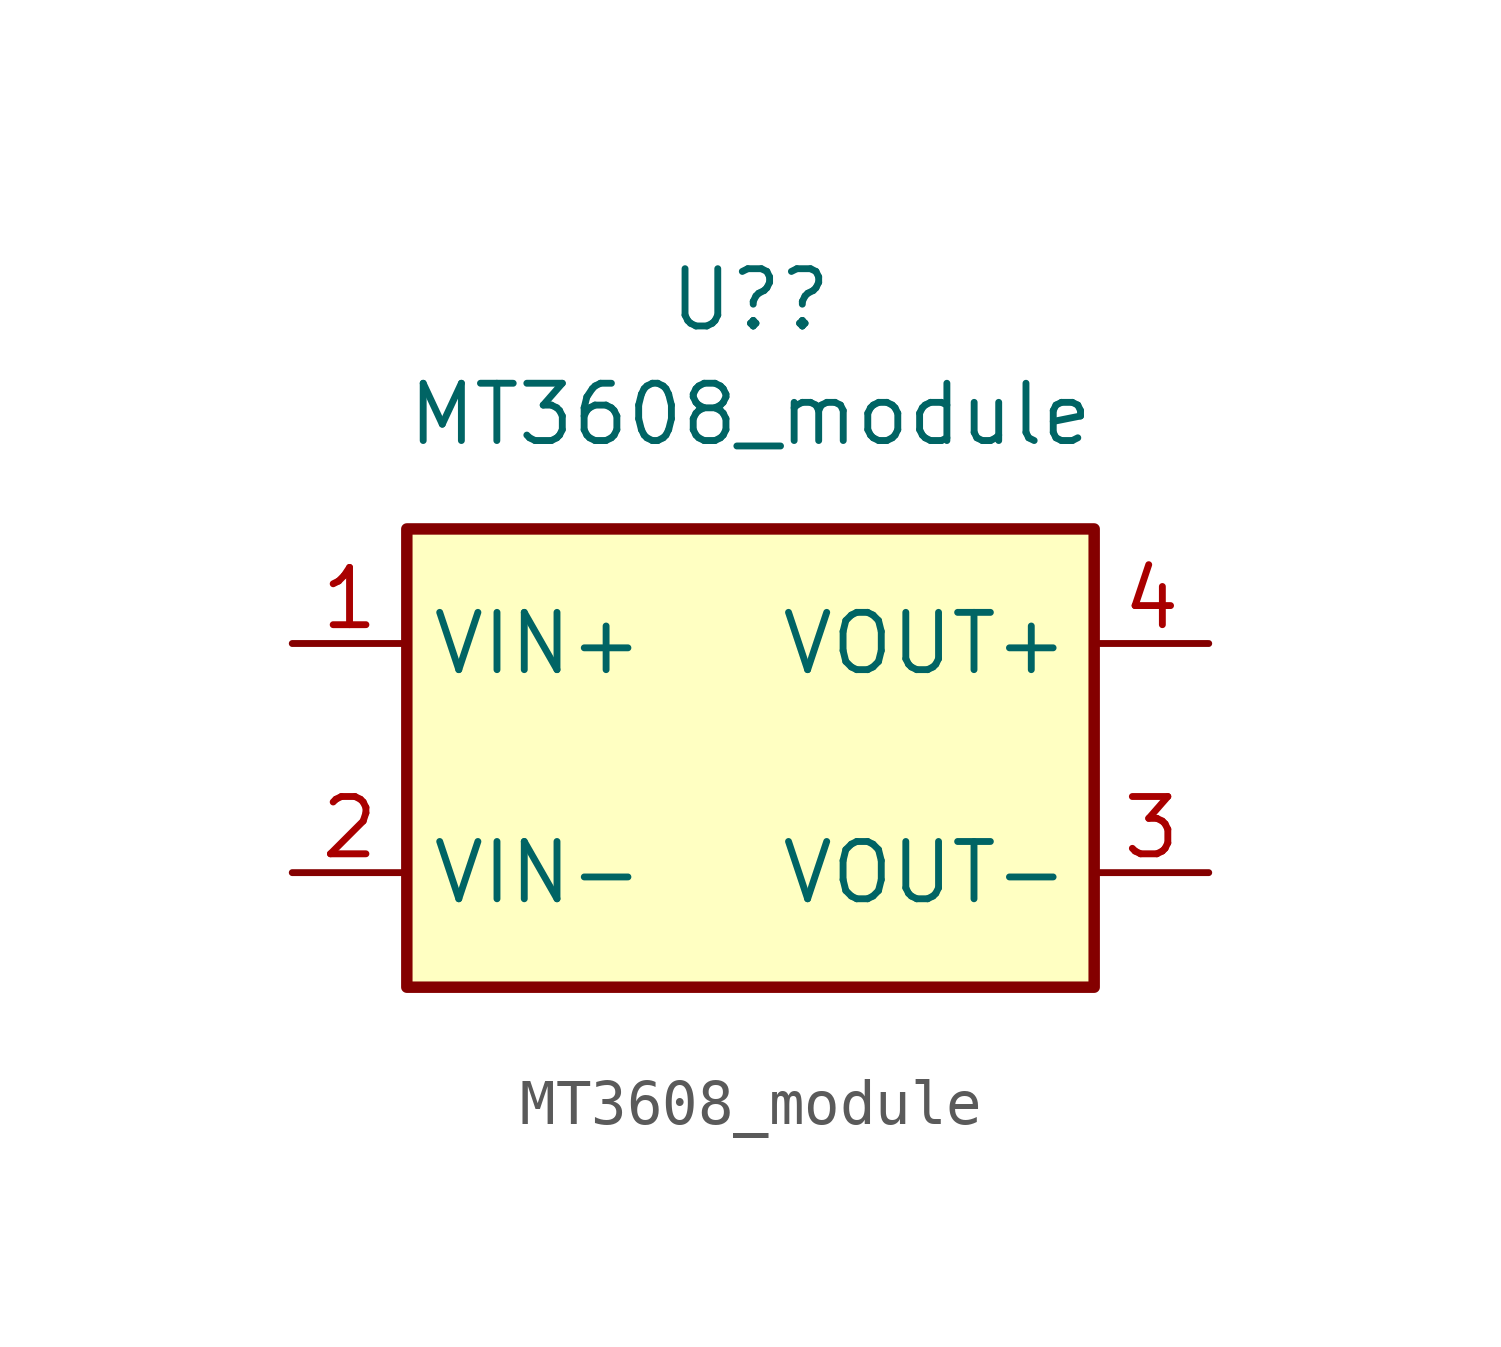
<source format=kicad_sym>
(kicad_symbol_lib
  (version 20211014)
  (generator kicad_symbol_editor)
  (symbol "MT3608_module"
    (property "Reference" "U?"
      (at 0 10.16 0)
      (effects (font (size 1.27 1.27))))
    (property "Value" "MT3608_module"
      (at 0 7.62 0)
      (effects (font (size 1.27 1.27))))
    (symbol "MT3608_module_0_1"
      (rectangle (start -7.62 5.08) (end 7.62 -5.08) (stroke (width 0.254) (type default) (color 0 0 0 0)) (fill (type background))))
    (symbol "MT3608_module_1_1"
      (pin power_in line (at -10.16 2.54 0) (length 2.54) (name "VIN+" (effects (font (size 1.27 1.27)))) (number "1" (effects (font (size 1.27 1.27)))))
      (pin power_in line (at -10.16 -2.54 0) (length 2.54) (name "VIN-" (effects (font (size 1.27 1.27)))) (number "2" (effects (font (size 1.27 1.27)))))
      (pin power_in line (at 10.16 -2.54 180) (length 2.54) (name "VOUT-" (effects (font (size 1.27 1.27)))) (number "3" (effects (font (size 1.27 1.27)))))
      (pin power_out line (at 10.16 2.54 180) (length 2.54) (name "VOUT+" (effects (font (size 1.27 1.27)))) (number "4" (effects (font (size 1.27 1.27))))))))
</source>
